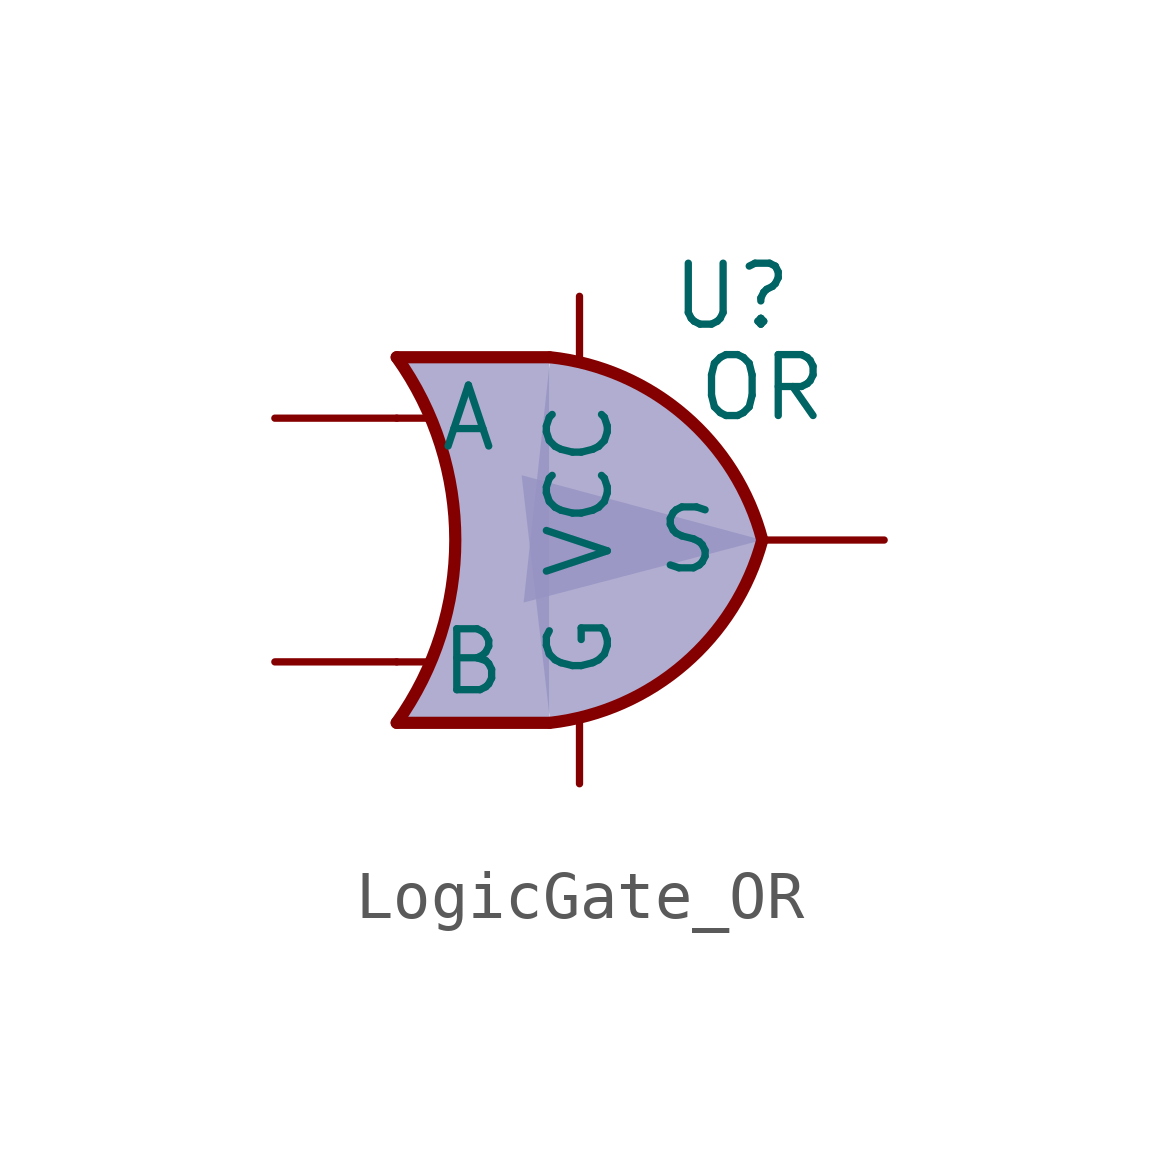
<source format=kicad_sym>
(kicad_symbol_lib
  (version 20220914)
  (generator kicad_symbol_editor)
  (symbol "LogicGate_OR"
    (pin_numbers hide)
    (pin_names
      (offset 0.85))
    (property "Reference" "U"
      (at 3.175 5.08 0)
      (effects (font (size 1.27 1.27))))
    (property "Value" "OR"
      (at 3.81 3.175 0)
      (effects (font (size 1.27 1.27))))
    (symbol "LogicGate_OR_1_0"
      (arc (start -3.81 -3.81) (mid -2.589 0) (end -3.81 3.81) (stroke (width 0.254) (type default)) (fill (type none)))
      (arc (start -0.6096 -3.81) (mid 2.1842 -2.5851) (end 3.81 0) (stroke (width 0.254) (type default)) (fill (type color) (color 149 146 194 0.7490196078)))
      (polyline (pts (xy -3.81 -3.81) (xy -0.635 -3.81)) (stroke (width 0.254) (type default)) (fill (type background)))
      (polyline (pts (xy -3.81 3.81) (xy -0.635 3.81)) (stroke (width 0.254) (type default)) (fill (type background)))
      (polyline (pts (xy -0.635 3.81) (xy -3.81 3.81) (xy -3.81 3.81) (xy -3.556 3.404) (xy -3.023 2.261) (xy -2.692 1.041) (xy -2.616 -0.254) (xy -2.769 -1.499) (xy -3.175 -2.718) (xy -3.81 -3.81) (xy -3.81 -3.81) (xy -0.635 -3.81)) (stroke (width -0.0001) (type default)) (fill (type color) (color 149 146 194 0.749)))
      (arc (start 3.81 0) (mid 2.1915 2.5936) (end -0.6096 3.81) (stroke (width 0.254) (type default)) (fill (type color) (color 149 146 194 0.7490196078)))
      (pin input line (at 0 5.08 270) (length 1.27) (name "VCC" (effects (font (size 1.27 1.27)))) (number "1" (effects (font (size 1.27 1.27)))))
      (pin input line (at 0 -5.08 90) (length 1.27) (name "G" (effects (font (size 1.27 1.27)))) (number "2" (effects (font (size 1.27 1.27)))))
      (pin input line (at -6.35 2.54 0) (length 2.54) (name "A" (effects (font (size 1.27 1.27)))) (number "3" (effects (font (size 1.27 1.27)))))
      (pin input line (at -6.35 -2.54 0) (length 2.54) (name "B" (effects (font (size 1.27 1.27)))) (number "4" (effects (font (size 1.27 1.27)))))
      (pin output line (at 6.35 0 180) (length 2.54) (name "S" (effects (font (size 1.27 1.27)))) (number "5" (effects (font (size 1.27 1.27))))))
    (symbol "LogicGate_OR_1_1"
      (polyline (pts (xy -3.81 -2.54) (xy -3.175 -2.54)) (stroke (width 0.152) (type default)) (fill (type none)))
      (polyline (pts (xy -3.81 2.54) (xy -3.175 2.54)) (stroke (width 0.152) (type default)) (fill (type none))))))
</source>
